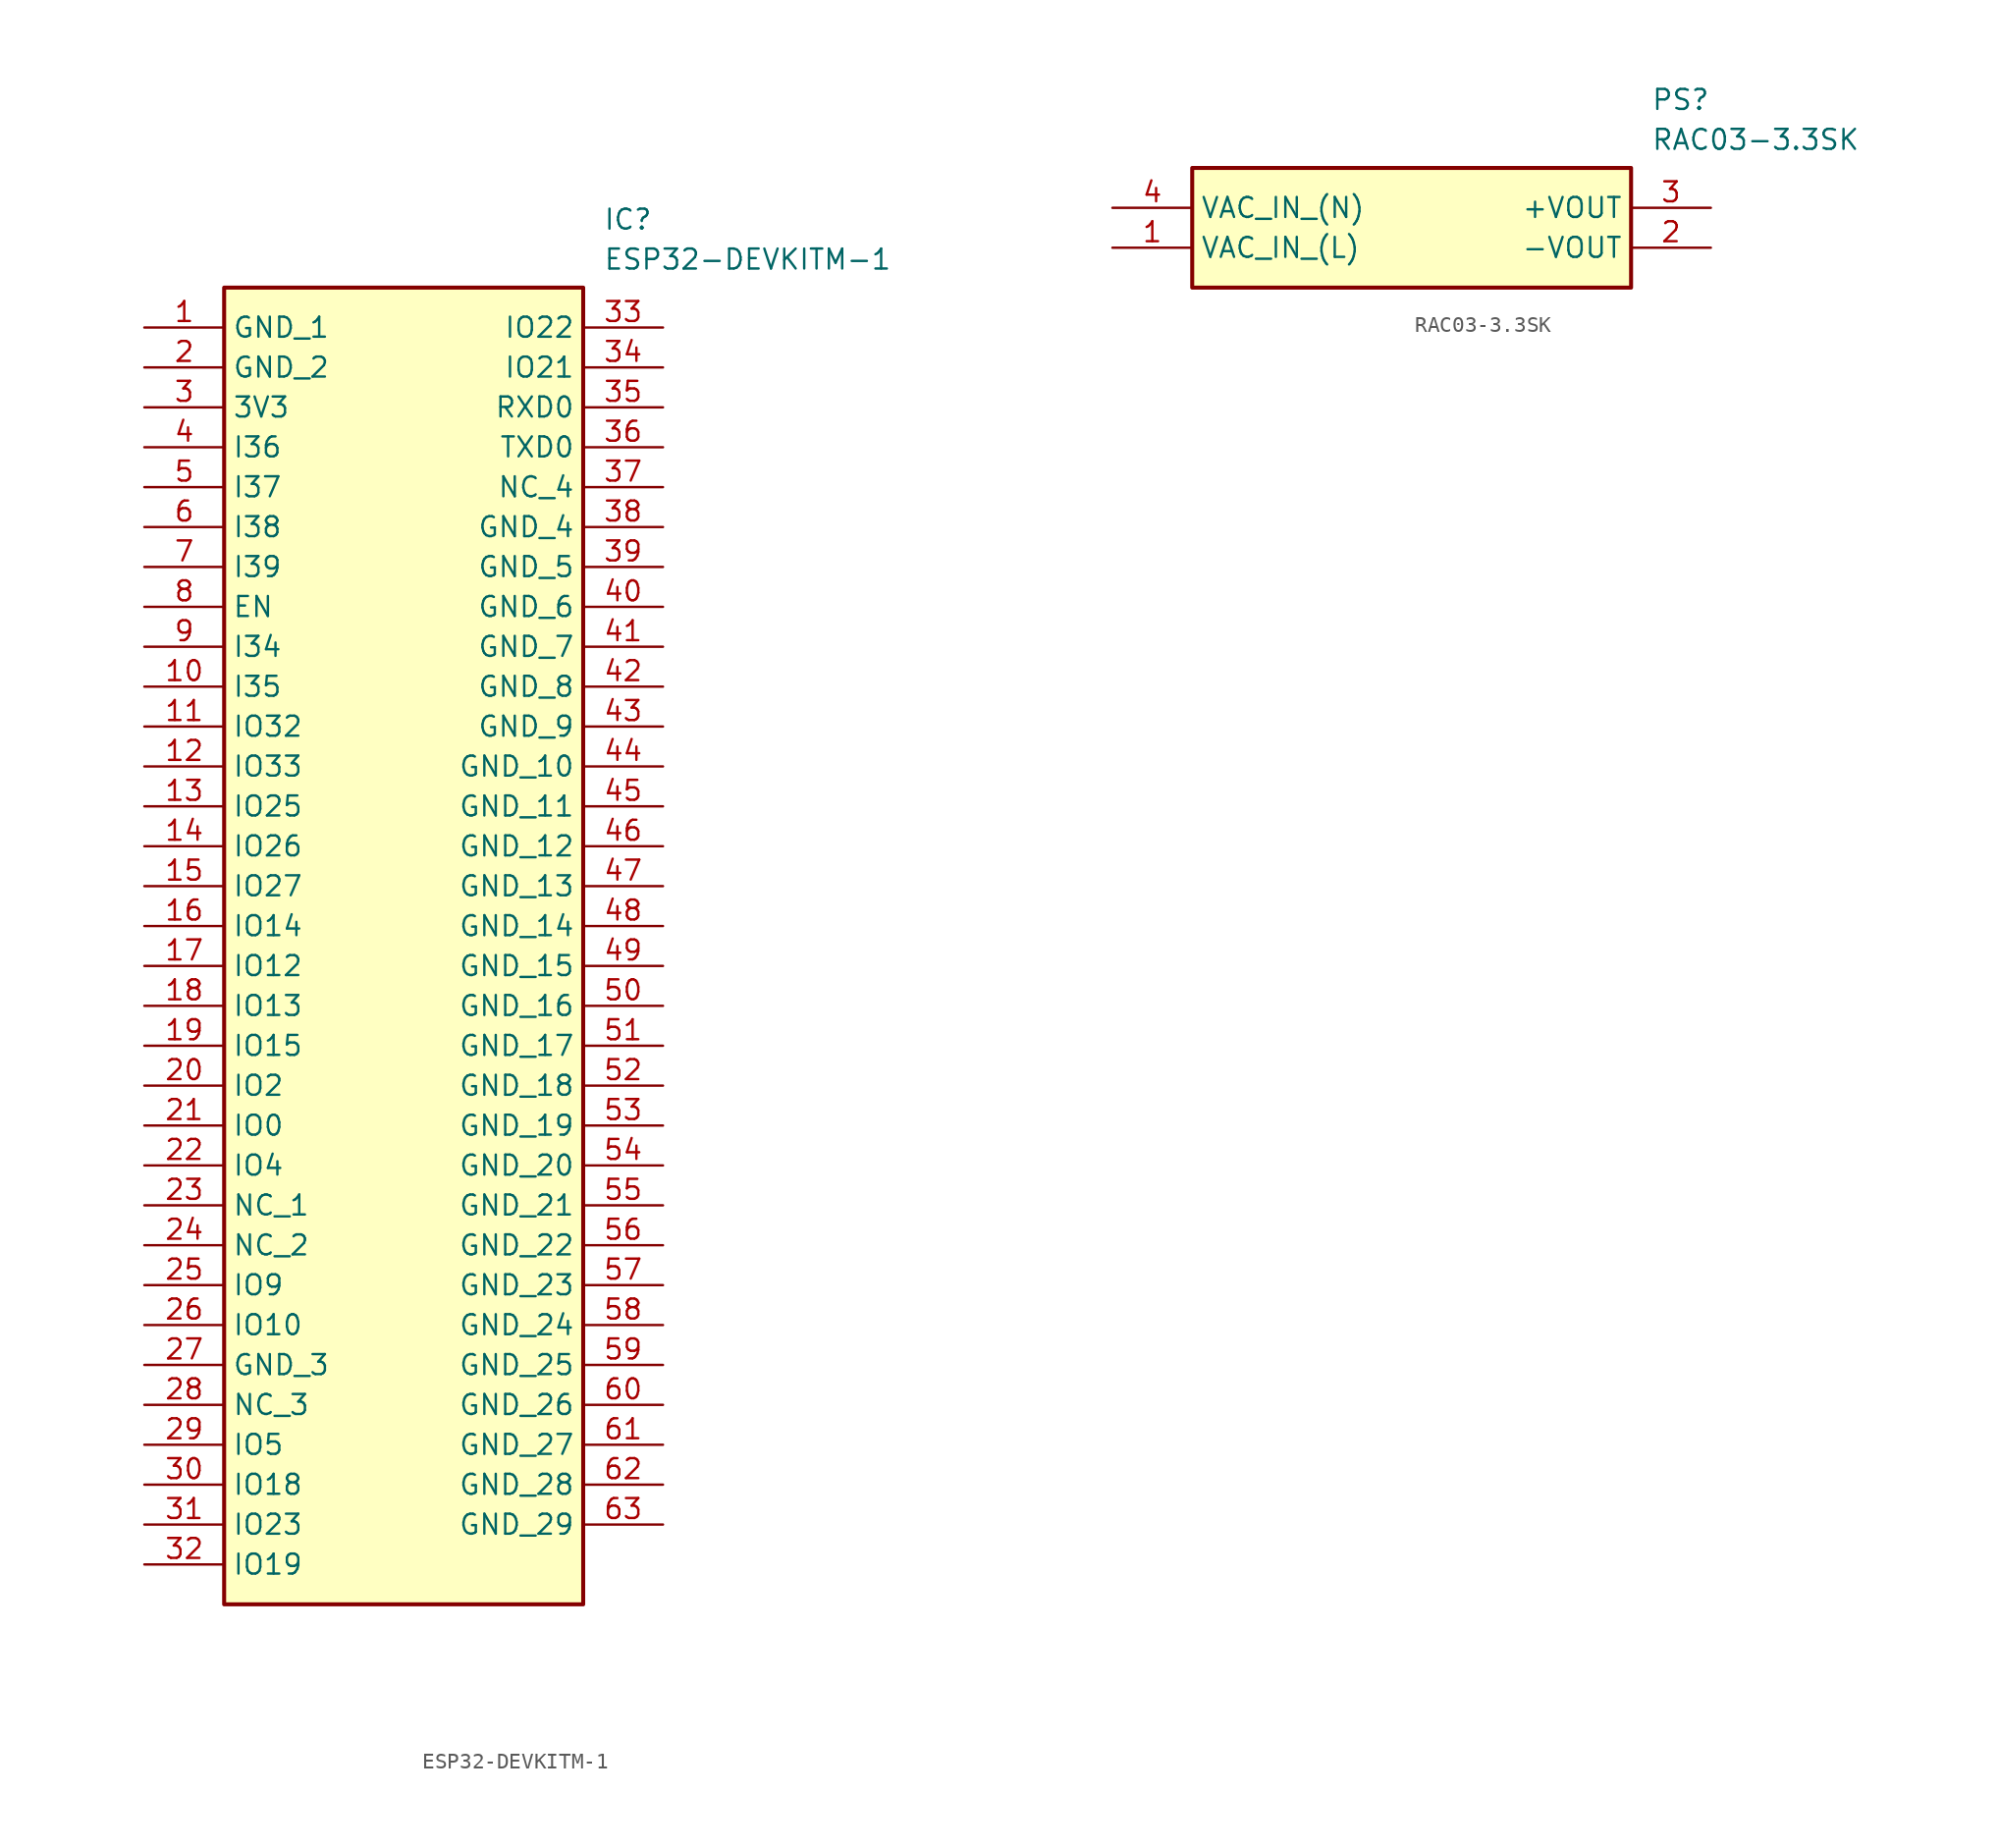
<source format=kicad_sym>
(kicad_symbol_lib
  (version 20241209)
  (generator "kicad_symbol_editor")
  (generator_version "9.0")
  (symbol "ESP32-DEVKITM-1"
    (property "Reference" "IC"
      (at 29.21 7.62 0)
      (effects (font (size 1.27 1.27)) (justify left top)))
    (property "Value" "ESP32-DEVKITM-1"
      (at 29.21 5.08 0)
      (effects (font (size 1.27 1.27)) (justify left top)))
    (symbol "ESP32-DEVKITM-1_1_1"
      (rectangle (start 5.08 2.54) (end 27.94 -81.28) (stroke (width 0.254) (type default)) (fill (type background)))
      (pin passive line (at 0 0 0) (length 5.08) (name "GND_1" (effects (font (size 1.27 1.27)))) (number "1" (effects (font (size 1.27 1.27)))))
      (pin passive line (at 0 -2.54 0) (length 5.08) (name "GND_2" (effects (font (size 1.27 1.27)))) (number "2" (effects (font (size 1.27 1.27)))))
      (pin passive line (at 0 -5.08 0) (length 5.08) (name "3V3" (effects (font (size 1.27 1.27)))) (number "3" (effects (font (size 1.27 1.27)))))
      (pin passive line (at 0 -7.62 0) (length 5.08) (name "I36" (effects (font (size 1.27 1.27)))) (number "4" (effects (font (size 1.27 1.27)))))
      (pin passive line (at 0 -10.16 0) (length 5.08) (name "I37" (effects (font (size 1.27 1.27)))) (number "5" (effects (font (size 1.27 1.27)))))
      (pin passive line (at 0 -12.7 0) (length 5.08) (name "I38" (effects (font (size 1.27 1.27)))) (number "6" (effects (font (size 1.27 1.27)))))
      (pin passive line (at 0 -15.24 0) (length 5.08) (name "I39" (effects (font (size 1.27 1.27)))) (number "7" (effects (font (size 1.27 1.27)))))
      (pin passive line (at 0 -17.78 0) (length 5.08) (name "EN" (effects (font (size 1.27 1.27)))) (number "8" (effects (font (size 1.27 1.27)))))
      (pin passive line (at 0 -20.32 0) (length 5.08) (name "I34" (effects (font (size 1.27 1.27)))) (number "9" (effects (font (size 1.27 1.27)))))
      (pin passive line (at 0 -22.86 0) (length 5.08) (name "I35" (effects (font (size 1.27 1.27)))) (number "10" (effects (font (size 1.27 1.27)))))
      (pin passive line (at 0 -25.4 0) (length 5.08) (name "IO32" (effects (font (size 1.27 1.27)))) (number "11" (effects (font (size 1.27 1.27)))))
      (pin passive line (at 0 -27.94 0) (length 5.08) (name "IO33" (effects (font (size 1.27 1.27)))) (number "12" (effects (font (size 1.27 1.27)))))
      (pin passive line (at 0 -30.48 0) (length 5.08) (name "IO25" (effects (font (size 1.27 1.27)))) (number "13" (effects (font (size 1.27 1.27)))))
      (pin passive line (at 0 -33.02 0) (length 5.08) (name "IO26" (effects (font (size 1.27 1.27)))) (number "14" (effects (font (size 1.27 1.27)))))
      (pin passive line (at 0 -35.56 0) (length 5.08) (name "IO27" (effects (font (size 1.27 1.27)))) (number "15" (effects (font (size 1.27 1.27)))))
      (pin passive line (at 0 -38.1 0) (length 5.08) (name "IO14" (effects (font (size 1.27 1.27)))) (number "16" (effects (font (size 1.27 1.27)))))
      (pin passive line (at 0 -40.64 0) (length 5.08) (name "IO12" (effects (font (size 1.27 1.27)))) (number "17" (effects (font (size 1.27 1.27)))))
      (pin passive line (at 0 -43.18 0) (length 5.08) (name "IO13" (effects (font (size 1.27 1.27)))) (number "18" (effects (font (size 1.27 1.27)))))
      (pin passive line (at 0 -45.72 0) (length 5.08) (name "IO15" (effects (font (size 1.27 1.27)))) (number "19" (effects (font (size 1.27 1.27)))))
      (pin passive line (at 0 -48.26 0) (length 5.08) (name "IO2" (effects (font (size 1.27 1.27)))) (number "20" (effects (font (size 1.27 1.27)))))
      (pin passive line (at 0 -50.8 0) (length 5.08) (name "IO0" (effects (font (size 1.27 1.27)))) (number "21" (effects (font (size 1.27 1.27)))))
      (pin passive line (at 0 -53.34 0) (length 5.08) (name "IO4" (effects (font (size 1.27 1.27)))) (number "22" (effects (font (size 1.27 1.27)))))
      (pin passive line (at 0 -55.88 0) (length 5.08) (name "NC_1" (effects (font (size 1.27 1.27)))) (number "23" (effects (font (size 1.27 1.27)))))
      (pin passive line (at 0 -58.42 0) (length 5.08) (name "NC_2" (effects (font (size 1.27 1.27)))) (number "24" (effects (font (size 1.27 1.27)))))
      (pin passive line (at 0 -60.96 0) (length 5.08) (name "IO9" (effects (font (size 1.27 1.27)))) (number "25" (effects (font (size 1.27 1.27)))))
      (pin passive line (at 0 -63.5 0) (length 5.08) (name "IO10" (effects (font (size 1.27 1.27)))) (number "26" (effects (font (size 1.27 1.27)))))
      (pin passive line (at 0 -66.04 0) (length 5.08) (name "GND_3" (effects (font (size 1.27 1.27)))) (number "27" (effects (font (size 1.27 1.27)))))
      (pin passive line (at 0 -68.58 0) (length 5.08) (name "NC_3" (effects (font (size 1.27 1.27)))) (number "28" (effects (font (size 1.27 1.27)))))
      (pin passive line (at 0 -71.12 0) (length 5.08) (name "IO5" (effects (font (size 1.27 1.27)))) (number "29" (effects (font (size 1.27 1.27)))))
      (pin passive line (at 0 -73.66 0) (length 5.08) (name "IO18" (effects (font (size 1.27 1.27)))) (number "30" (effects (font (size 1.27 1.27)))))
      (pin passive line (at 0 -76.2 0) (length 5.08) (name "IO23" (effects (font (size 1.27 1.27)))) (number "31" (effects (font (size 1.27 1.27)))))
      (pin passive line (at 0 -78.74 0) (length 5.08) (name "IO19" (effects (font (size 1.27 1.27)))) (number "32" (effects (font (size 1.27 1.27)))))
      (pin passive line (at 33.02 0 180) (length 5.08) (name "IO22" (effects (font (size 1.27 1.27)))) (number "33" (effects (font (size 1.27 1.27)))))
      (pin passive line (at 33.02 -2.54 180) (length 5.08) (name "IO21" (effects (font (size 1.27 1.27)))) (number "34" (effects (font (size 1.27 1.27)))))
      (pin passive line (at 33.02 -5.08 180) (length 5.08) (name "RXD0" (effects (font (size 1.27 1.27)))) (number "35" (effects (font (size 1.27 1.27)))))
      (pin passive line (at 33.02 -7.62 180) (length 5.08) (name "TXD0" (effects (font (size 1.27 1.27)))) (number "36" (effects (font (size 1.27 1.27)))))
      (pin passive line (at 33.02 -10.16 180) (length 5.08) (name "NC_4" (effects (font (size 1.27 1.27)))) (number "37" (effects (font (size 1.27 1.27)))))
      (pin passive line (at 33.02 -12.7 180) (length 5.08) (name "GND_4" (effects (font (size 1.27 1.27)))) (number "38" (effects (font (size 1.27 1.27)))))
      (pin passive line (at 33.02 -15.24 180) (length 5.08) (name "GND_5" (effects (font (size 1.27 1.27)))) (number "39" (effects (font (size 1.27 1.27)))))
      (pin passive line (at 33.02 -17.78 180) (length 5.08) (name "GND_6" (effects (font (size 1.27 1.27)))) (number "40" (effects (font (size 1.27 1.27)))))
      (pin passive line (at 33.02 -20.32 180) (length 5.08) (name "GND_7" (effects (font (size 1.27 1.27)))) (number "41" (effects (font (size 1.27 1.27)))))
      (pin passive line (at 33.02 -22.86 180) (length 5.08) (name "GND_8" (effects (font (size 1.27 1.27)))) (number "42" (effects (font (size 1.27 1.27)))))
      (pin passive line (at 33.02 -25.4 180) (length 5.08) (name "GND_9" (effects (font (size 1.27 1.27)))) (number "43" (effects (font (size 1.27 1.27)))))
      (pin passive line (at 33.02 -27.94 180) (length 5.08) (name "GND_10" (effects (font (size 1.27 1.27)))) (number "44" (effects (font (size 1.27 1.27)))))
      (pin passive line (at 33.02 -30.48 180) (length 5.08) (name "GND_11" (effects (font (size 1.27 1.27)))) (number "45" (effects (font (size 1.27 1.27)))))
      (pin passive line (at 33.02 -33.02 180) (length 5.08) (name "GND_12" (effects (font (size 1.27 1.27)))) (number "46" (effects (font (size 1.27 1.27)))))
      (pin passive line (at 33.02 -35.56 180) (length 5.08) (name "GND_13" (effects (font (size 1.27 1.27)))) (number "47" (effects (font (size 1.27 1.27)))))
      (pin passive line (at 33.02 -38.1 180) (length 5.08) (name "GND_14" (effects (font (size 1.27 1.27)))) (number "48" (effects (font (size 1.27 1.27)))))
      (pin passive line (at 33.02 -40.64 180) (length 5.08) (name "GND_15" (effects (font (size 1.27 1.27)))) (number "49" (effects (font (size 1.27 1.27)))))
      (pin passive line (at 33.02 -43.18 180) (length 5.08) (name "GND_16" (effects (font (size 1.27 1.27)))) (number "50" (effects (font (size 1.27 1.27)))))
      (pin passive line (at 33.02 -45.72 180) (length 5.08) (name "GND_17" (effects (font (size 1.27 1.27)))) (number "51" (effects (font (size 1.27 1.27)))))
      (pin passive line (at 33.02 -48.26 180) (length 5.08) (name "GND_18" (effects (font (size 1.27 1.27)))) (number "52" (effects (font (size 1.27 1.27)))))
      (pin passive line (at 33.02 -50.8 180) (length 5.08) (name "GND_19" (effects (font (size 1.27 1.27)))) (number "53" (effects (font (size 1.27 1.27)))))
      (pin passive line (at 33.02 -53.34 180) (length 5.08) (name "GND_20" (effects (font (size 1.27 1.27)))) (number "54" (effects (font (size 1.27 1.27)))))
      (pin passive line (at 33.02 -55.88 180) (length 5.08) (name "GND_21" (effects (font (size 1.27 1.27)))) (number "55" (effects (font (size 1.27 1.27)))))
      (pin passive line (at 33.02 -58.42 180) (length 5.08) (name "GND_22" (effects (font (size 1.27 1.27)))) (number "56" (effects (font (size 1.27 1.27)))))
      (pin passive line (at 33.02 -60.96 180) (length 5.08) (name "GND_23" (effects (font (size 1.27 1.27)))) (number "57" (effects (font (size 1.27 1.27)))))
      (pin passive line (at 33.02 -63.5 180) (length 5.08) (name "GND_24" (effects (font (size 1.27 1.27)))) (number "58" (effects (font (size 1.27 1.27)))))
      (pin passive line (at 33.02 -66.04 180) (length 5.08) (name "GND_25" (effects (font (size 1.27 1.27)))) (number "59" (effects (font (size 1.27 1.27)))))
      (pin passive line (at 33.02 -68.58 180) (length 5.08) (name "GND_26" (effects (font (size 1.27 1.27)))) (number "60" (effects (font (size 1.27 1.27)))))
      (pin passive line (at 33.02 -71.12 180) (length 5.08) (name "GND_27" (effects (font (size 1.27 1.27)))) (number "61" (effects (font (size 1.27 1.27)))))
      (pin passive line (at 33.02 -73.66 180) (length 5.08) (name "GND_28" (effects (font (size 1.27 1.27)))) (number "62" (effects (font (size 1.27 1.27)))))
      (pin passive line (at 33.02 -76.2 180) (length 5.08) (name "GND_29" (effects (font (size 1.27 1.27)))) (number "63" (effects (font (size 1.27 1.27)))))))
  (symbol "RAC03-3.3SK"
    (property "Reference" "PS"
      (at 34.29 7.62 0)
      (effects (font (size 1.27 1.27)) (justify left top)))
    (property "Value" "RAC03-3.3SK"
      (at 34.29 5.08 0)
      (effects (font (size 1.27 1.27)) (justify left top)))
    (rectangle
      (start 5.08 2.54)
      (end 33.02 -5.08)
      (stroke (width 0.254) (type default))
      (fill (type background)))
    (pin passive line
      (at 0 -2.54 0)
      (length 5.08)
      (name "VAC_IN_(L)" (effects (font (size 1.27 1.27))))
      (number "1" (effects (font (size 1.27 1.27)))))
    (pin passive line
      (at 38.1 -2.54 180)
      (length 5.08)
      (name "-VOUT" (effects (font (size 1.27 1.27))))
      (number "2" (effects (font (size 1.27 1.27)))))
    (pin passive line
      (at 38.1 0 180)
      (length 5.08)
      (name "+VOUT" (effects (font (size 1.27 1.27))))
      (number "3" (effects (font (size 1.27 1.27)))))
    (pin passive line
      (at 0 0 0)
      (length 5.08)
      (name "VAC_IN_(N)" (effects (font (size 1.27 1.27))))
      (number "4" (effects (font (size 1.27 1.27)))))))
</source>
